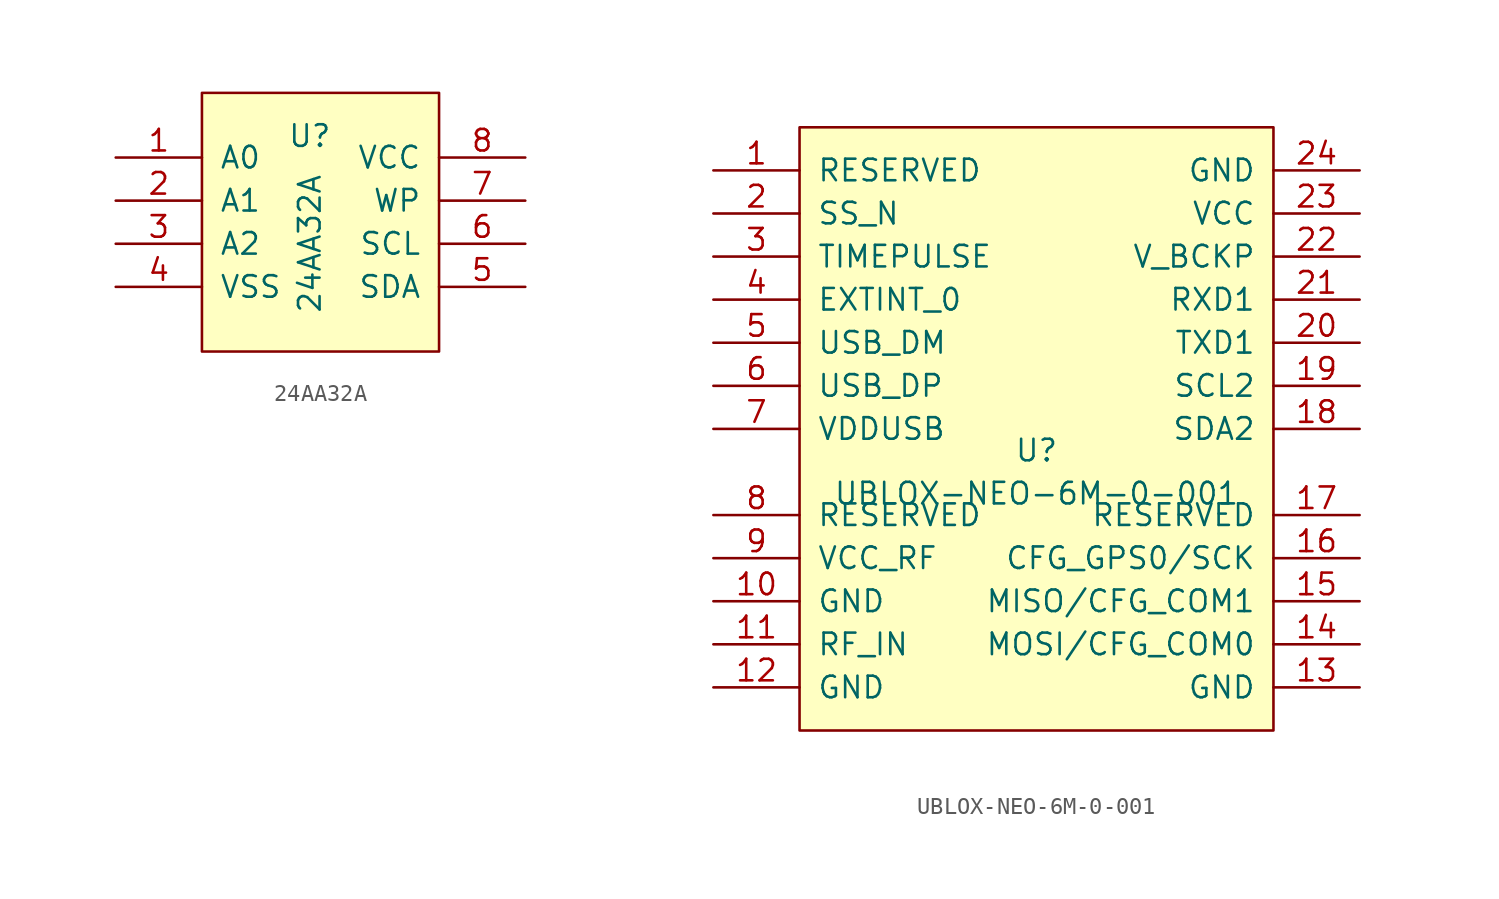
<source format=kicad_sym>
(kicad_symbol_lib
  (version 20211014)
  (generator kicad_symbol_editor)
  (symbol "24AA32A"
    (pin_names
      (offset 1.016))
    (property "Reference" "U"
      (at 0 5.08 0)
      (effects (font (size 1.27 1.27))))
    (property "Value" "24AA32A"
      (at 0 -1.27 90)
      (effects (font (size 1.27 1.27))))
    (symbol "24AA32A_0_1"
      (rectangle (start -6.35 7.62) (end 7.62 -7.62) (stroke (width 0) (type default) (color 0 0 0 0)) (fill (type background))))
    (symbol "24AA32A_1_1"
      (pin input line (at -11.43 3.81 0) (length 5.08) (name "A0" (effects (font (size 1.27 1.27)))) (number "1" (effects (font (size 1.27 1.27)))))
      (pin input line (at -11.43 1.27 0) (length 5.08) (name "A1" (effects (font (size 1.27 1.27)))) (number "2" (effects (font (size 1.27 1.27)))))
      (pin input line (at -11.43 -1.27 0) (length 5.08) (name "A2" (effects (font (size 1.27 1.27)))) (number "3" (effects (font (size 1.27 1.27)))))
      (pin power_in line (at -11.43 -3.81 0) (length 5.08) (name "VSS" (effects (font (size 1.27 1.27)))) (number "4" (effects (font (size 1.27 1.27)))))
      (pin bidirectional line (at 12.7 -3.81 180) (length 5.08) (name "SDA" (effects (font (size 1.27 1.27)))) (number "5" (effects (font (size 1.27 1.27)))))
      (pin bidirectional line (at 12.7 -1.27 180) (length 5.08) (name "SCL" (effects (font (size 1.27 1.27)))) (number "6" (effects (font (size 1.27 1.27)))))
      (pin input line (at 12.7 1.27 180) (length 5.08) (name "WP" (effects (font (size 1.27 1.27)))) (number "7" (effects (font (size 1.27 1.27)))))
      (pin power_in line (at 12.7 3.81 180) (length 5.08) (name "VCC" (effects (font (size 1.27 1.27)))) (number "8" (effects (font (size 1.27 1.27)))))))
  (symbol "UBLOX-NEO-6M-0-001"
    (pin_names
      (offset 1.016))
    (property "Reference" "U"
      (at 0 1.27 0)
      (effects (font (size 1.27 1.27))))
    (property "Value" "UBLOX-NEO-6M-0-001"
      (at 0 -1.27 0)
      (effects (font (size 1.27 1.27))))
    (symbol "UBLOX-NEO-6M-0-001_0_1"
      (rectangle (start -13.97 20.32) (end 13.97 -15.24) (stroke (width 0) (type default) (color 0 0 0 0)) (fill (type background))))
    (symbol "UBLOX-NEO-6M-0-001_1_1"
      (pin input line (at -19.05 17.78 0) (length 5.08) (name "RESERVED" (effects (font (size 1.27 1.27)))) (number "1" (effects (font (size 1.27 1.27)))))
      (pin power_in line (at -19.05 -7.62 0) (length 5.08) (name "GND" (effects (font (size 1.27 1.27)))) (number "10" (effects (font (size 1.27 1.27)))))
      (pin input line (at -19.05 -10.16 0) (length 5.08) (name "RF_IN" (effects (font (size 1.27 1.27)))) (number "11" (effects (font (size 1.27 1.27)))))
      (pin power_in line (at -19.05 -12.7 0) (length 5.08) (name "GND" (effects (font (size 1.27 1.27)))) (number "12" (effects (font (size 1.27 1.27)))))
      (pin power_in line (at 19.05 -12.7 180) (length 5.08) (name "GND" (effects (font (size 1.27 1.27)))) (number "13" (effects (font (size 1.27 1.27)))))
      (pin bidirectional line (at 19.05 -10.16 180) (length 5.08) (name "MOSI/CFG_COM0" (effects (font (size 1.27 1.27)))) (number "14" (effects (font (size 1.27 1.27)))))
      (pin input line (at 19.05 -7.62 180) (length 5.08) (name "MISO/CFG_COM1" (effects (font (size 1.27 1.27)))) (number "15" (effects (font (size 1.27 1.27)))))
      (pin input line (at 19.05 -5.08 180) (length 5.08) (name "CFG_GPS0/SCK" (effects (font (size 1.27 1.27)))) (number "16" (effects (font (size 1.27 1.27)))))
      (pin input line (at 19.05 -2.54 180) (length 5.08) (name "RESERVED" (effects (font (size 1.27 1.27)))) (number "17" (effects (font (size 1.27 1.27)))))
      (pin bidirectional line (at 19.05 2.54 180) (length 5.08) (name "SDA2" (effects (font (size 1.27 1.27)))) (number "18" (effects (font (size 1.27 1.27)))))
      (pin bidirectional line (at 19.05 5.08 180) (length 5.08) (name "SCL2" (effects (font (size 1.27 1.27)))) (number "19" (effects (font (size 1.27 1.27)))))
      (pin input line (at -19.05 15.24 0) (length 5.08) (name "SS_N" (effects (font (size 1.27 1.27)))) (number "2" (effects (font (size 1.27 1.27)))))
      (pin output line (at 19.05 7.62 180) (length 5.08) (name "TXD1" (effects (font (size 1.27 1.27)))) (number "20" (effects (font (size 1.27 1.27)))))
      (pin input line (at 19.05 10.16 180) (length 5.08) (name "RXD1" (effects (font (size 1.27 1.27)))) (number "21" (effects (font (size 1.27 1.27)))))
      (pin power_in line (at 19.05 12.7 180) (length 5.08) (name "V_BCKP" (effects (font (size 1.27 1.27)))) (number "22" (effects (font (size 1.27 1.27)))))
      (pin power_in line (at 19.05 15.24 180) (length 5.08) (name "VCC" (effects (font (size 1.27 1.27)))) (number "23" (effects (font (size 1.27 1.27)))))
      (pin power_in line (at 19.05 17.78 180) (length 5.08) (name "GND" (effects (font (size 1.27 1.27)))) (number "24" (effects (font (size 1.27 1.27)))))
      (pin output line (at -19.05 12.7 0) (length 5.08) (name "TIMEPULSE" (effects (font (size 1.27 1.27)))) (number "3" (effects (font (size 1.27 1.27)))))
      (pin input line (at -19.05 10.16 0) (length 5.08) (name "EXTINT_0" (effects (font (size 1.27 1.27)))) (number "4" (effects (font (size 1.27 1.27)))))
      (pin bidirectional line (at -19.05 7.62 0) (length 5.08) (name "USB_DM" (effects (font (size 1.27 1.27)))) (number "5" (effects (font (size 1.27 1.27)))))
      (pin bidirectional line (at -19.05 5.08 0) (length 5.08) (name "USB_DP" (effects (font (size 1.27 1.27)))) (number "6" (effects (font (size 1.27 1.27)))))
      (pin power_in line (at -19.05 2.54 0) (length 5.08) (name "VDDUSB" (effects (font (size 1.27 1.27)))) (number "7" (effects (font (size 1.27 1.27)))))
      (pin unspecified line (at -19.05 -2.54 0) (length 5.08) (name "RESERVED" (effects (font (size 1.27 1.27)))) (number "8" (effects (font (size 1.27 1.27)))))
      (pin output line (at -19.05 -5.08 0) (length 5.08) (name "VCC_RF" (effects (font (size 1.27 1.27)))) (number "9" (effects (font (size 1.27 1.27))))))))
</source>
